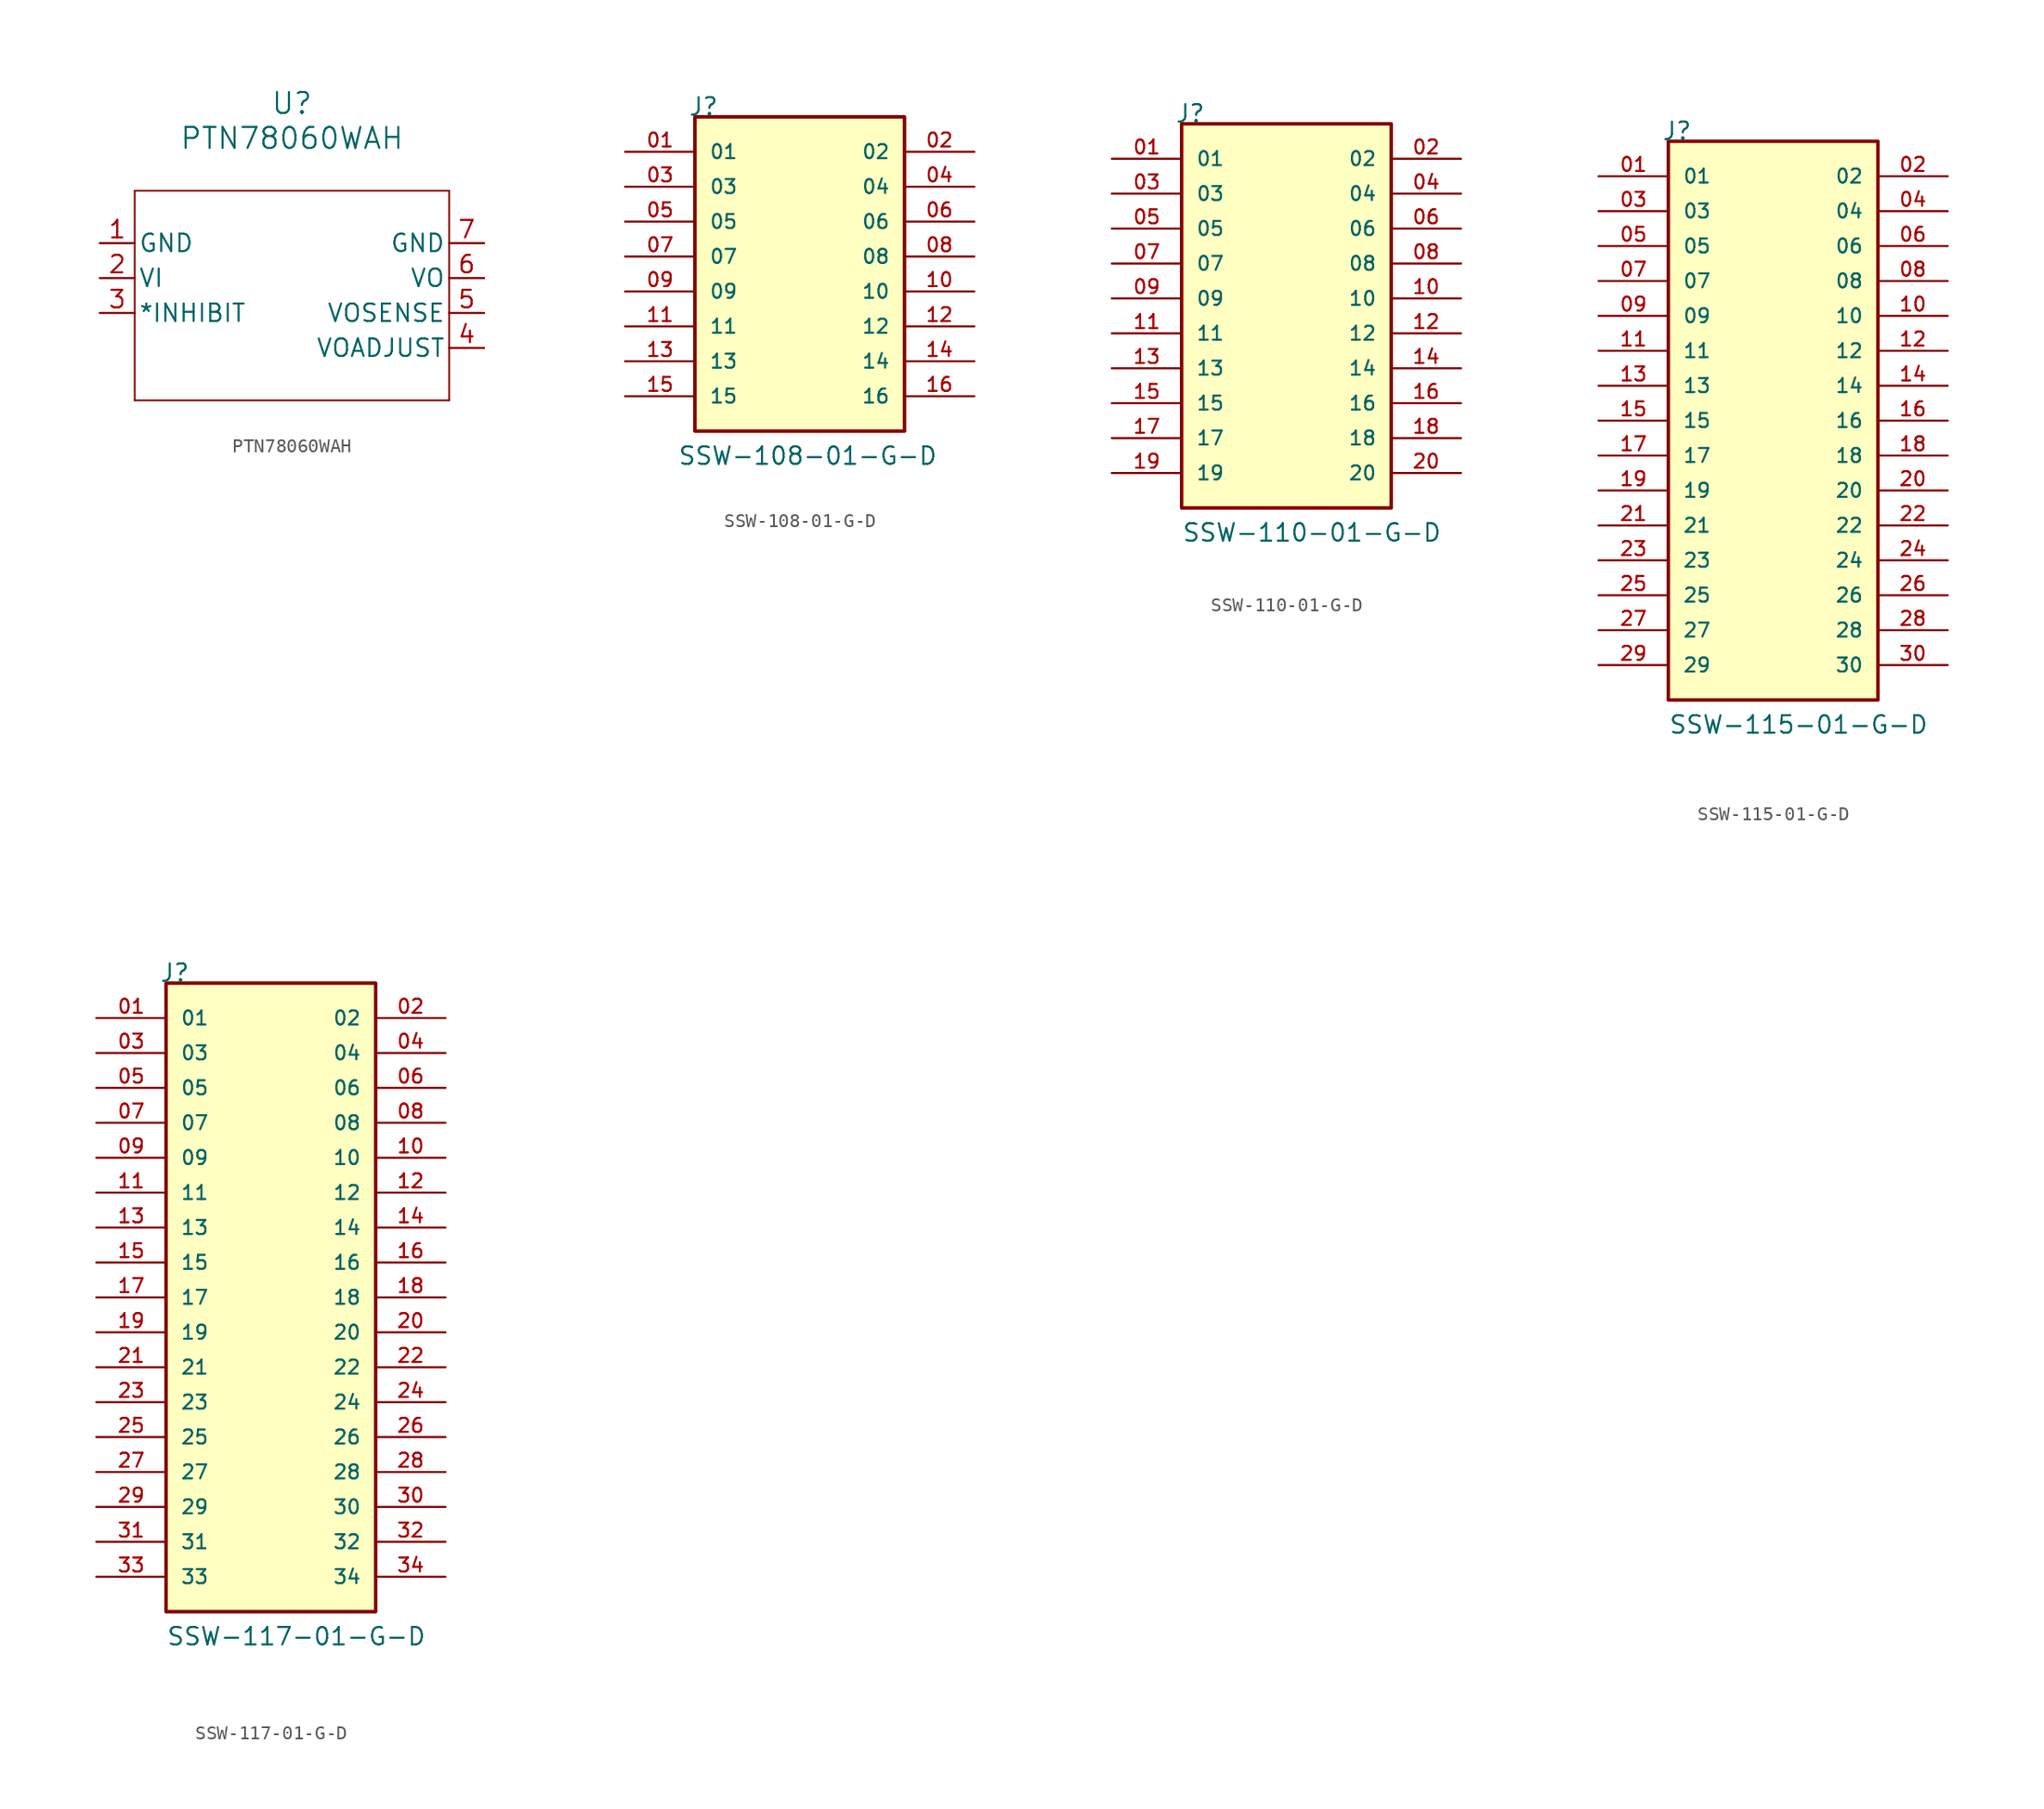
<source format=kicad_sym>
(kicad_symbol_lib
  (version 20211014)
  (generator kicad_symbol_editor)
  (symbol "PTN78060WAH"
    (pin_names
      (offset 0.254))
    (property "Reference" "U"
      (at 38.1 10.16 0)
      (effects (font (size 1.524 1.524))))
    (property "Value" "PTN78060WAH"
      (at 38.1 7.62 0)
      (effects (font (size 1.524 1.524))))
    (property "ki_locked" ""
      (at 0 0 0)
      (effects (font (size 1.27 1.27))))
    (symbol "PTN78060WAH_0_1"
      (polyline (pts (xy 26.67 -11.43) (xy 49.53 -11.43)) (stroke (width 0.127) (type default) (color 0 0 0 0)) (fill (type none)))
      (polyline (pts (xy 26.67 3.81) (xy 26.67 -11.43)) (stroke (width 0.127) (type default) (color 0 0 0 0)) (fill (type none)))
      (polyline (pts (xy 49.53 -11.43) (xy 49.53 3.81)) (stroke (width 0.127) (type default) (color 0 0 0 0)) (fill (type none)))
      (polyline (pts (xy 49.53 3.81) (xy 26.67 3.81)) (stroke (width 0.127) (type default) (color 0 0 0 0)) (fill (type none)))
      (pin power_in line (at 24.13 0 0) (length 2.54) (name "GND" (effects (font (size 1.27 1.27)))) (number "1" (effects (font (size 1.27 1.27)))))
      (pin power_in line (at 24.13 -2.54 0) (length 2.54) (name "VI" (effects (font (size 1.27 1.27)))) (number "2" (effects (font (size 1.27 1.27)))))
      (pin input line (at 24.13 -5.08 0) (length 2.54) (name "*INHIBIT" (effects (font (size 1.27 1.27)))) (number "3" (effects (font (size 1.27 1.27)))))
      (pin input line (at 52.07 -7.62 180) (length 2.54) (name "VOADJUST" (effects (font (size 1.27 1.27)))) (number "4" (effects (font (size 1.27 1.27)))))
      (pin input line (at 52.07 -5.08 180) (length 2.54) (name "VOSENSE" (effects (font (size 1.27 1.27)))) (number "5" (effects (font (size 1.27 1.27)))))
      (pin output line (at 52.07 -2.54 180) (length 2.54) (name "VO" (effects (font (size 1.27 1.27)))) (number "6" (effects (font (size 1.27 1.27)))))
      (pin power_in line (at 52.07 0 180) (length 2.54) (name "GND" (effects (font (size 1.27 1.27)))) (number "7" (effects (font (size 1.27 1.27)))))))
  (symbol "SSW-108-01-G-D"
    (pin_names
      (offset 1.016))
    (property "Reference" "J"
      (at -8.12 12.7 0)
      (effects (font (size 1.27 1.27)) (justify left bottom)))
    (property "Value" "SSW-108-01-G-D"
      (at -8.89 -12.7 0)
      (effects (font (size 1.27 1.27)) (justify left bottom)))
    (symbol "SSW-108-01-G-D_0_0"
      (rectangle (start -7.62 -10.16) (end 7.62 12.7) (stroke (width 0.254) (type default) (color 0 0 0 0)) (fill (type background)))
      (pin passive line (at -12.7 10.16 0) (length 5.08) (name "01" (effects (font (size 1.016 1.016)))) (number "01" (effects (font (size 1.016 1.016)))))
      (pin passive line (at 12.7 10.16 180) (length 5.08) (name "02" (effects (font (size 1.016 1.016)))) (number "02" (effects (font (size 1.016 1.016)))))
      (pin passive line (at -12.7 7.62 0) (length 5.08) (name "03" (effects (font (size 1.016 1.016)))) (number "03" (effects (font (size 1.016 1.016)))))
      (pin passive line (at 12.7 7.62 180) (length 5.08) (name "04" (effects (font (size 1.016 1.016)))) (number "04" (effects (font (size 1.016 1.016)))))
      (pin passive line (at -12.7 5.08 0) (length 5.08) (name "05" (effects (font (size 1.016 1.016)))) (number "05" (effects (font (size 1.016 1.016)))))
      (pin passive line (at 12.7 5.08 180) (length 5.08) (name "06" (effects (font (size 1.016 1.016)))) (number "06" (effects (font (size 1.016 1.016)))))
      (pin passive line (at -12.7 2.54 0) (length 5.08) (name "07" (effects (font (size 1.016 1.016)))) (number "07" (effects (font (size 1.016 1.016)))))
      (pin passive line (at 12.7 2.54 180) (length 5.08) (name "08" (effects (font (size 1.016 1.016)))) (number "08" (effects (font (size 1.016 1.016)))))
      (pin passive line (at -12.7 0 0) (length 5.08) (name "09" (effects (font (size 1.016 1.016)))) (number "09" (effects (font (size 1.016 1.016)))))
      (pin passive line (at 12.7 0 180) (length 5.08) (name "10" (effects (font (size 1.016 1.016)))) (number "10" (effects (font (size 1.016 1.016)))))
      (pin passive line (at -12.7 -2.54 0) (length 5.08) (name "11" (effects (font (size 1.016 1.016)))) (number "11" (effects (font (size 1.016 1.016)))))
      (pin passive line (at 12.7 -2.54 180) (length 5.08) (name "12" (effects (font (size 1.016 1.016)))) (number "12" (effects (font (size 1.016 1.016)))))
      (pin passive line (at -12.7 -5.08 0) (length 5.08) (name "13" (effects (font (size 1.016 1.016)))) (number "13" (effects (font (size 1.016 1.016)))))
      (pin passive line (at 12.7 -5.08 180) (length 5.08) (name "14" (effects (font (size 1.016 1.016)))) (number "14" (effects (font (size 1.016 1.016)))))
      (pin passive line (at -12.7 -7.62 0) (length 5.08) (name "15" (effects (font (size 1.016 1.016)))) (number "15" (effects (font (size 1.016 1.016)))))
      (pin passive line (at 12.7 -7.62 180) (length 5.08) (name "16" (effects (font (size 1.016 1.016)))) (number "16" (effects (font (size 1.016 1.016)))))))
  (symbol "SSW-110-01-G-D"
    (pin_names
      (offset 1.016))
    (property "Reference" "J"
      (at -8.12 15.24 0)
      (effects (font (size 1.27 1.27)) (justify left bottom)))
    (property "Value" "SSW-110-01-G-D"
      (at -7.62 -15.24 0)
      (effects (font (size 1.27 1.27)) (justify left bottom)))
    (symbol "SSW-110-01-G-D_0_0"
      (rectangle (start -7.62 -12.7) (end 7.62 15.24) (stroke (width 0.254) (type default) (color 0 0 0 0)) (fill (type background)))
      (pin passive line (at -12.7 12.7 0) (length 5.08) (name "01" (effects (font (size 1.016 1.016)))) (number "01" (effects (font (size 1.016 1.016)))))
      (pin passive line (at 12.7 12.7 180) (length 5.08) (name "02" (effects (font (size 1.016 1.016)))) (number "02" (effects (font (size 1.016 1.016)))))
      (pin passive line (at -12.7 10.16 0) (length 5.08) (name "03" (effects (font (size 1.016 1.016)))) (number "03" (effects (font (size 1.016 1.016)))))
      (pin passive line (at 12.7 10.16 180) (length 5.08) (name "04" (effects (font (size 1.016 1.016)))) (number "04" (effects (font (size 1.016 1.016)))))
      (pin passive line (at -12.7 7.62 0) (length 5.08) (name "05" (effects (font (size 1.016 1.016)))) (number "05" (effects (font (size 1.016 1.016)))))
      (pin passive line (at 12.7 7.62 180) (length 5.08) (name "06" (effects (font (size 1.016 1.016)))) (number "06" (effects (font (size 1.016 1.016)))))
      (pin passive line (at -12.7 5.08 0) (length 5.08) (name "07" (effects (font (size 1.016 1.016)))) (number "07" (effects (font (size 1.016 1.016)))))
      (pin passive line (at 12.7 5.08 180) (length 5.08) (name "08" (effects (font (size 1.016 1.016)))) (number "08" (effects (font (size 1.016 1.016)))))
      (pin passive line (at -12.7 2.54 0) (length 5.08) (name "09" (effects (font (size 1.016 1.016)))) (number "09" (effects (font (size 1.016 1.016)))))
      (pin passive line (at 12.7 2.54 180) (length 5.08) (name "10" (effects (font (size 1.016 1.016)))) (number "10" (effects (font (size 1.016 1.016)))))
      (pin passive line (at -12.7 0 0) (length 5.08) (name "11" (effects (font (size 1.016 1.016)))) (number "11" (effects (font (size 1.016 1.016)))))
      (pin passive line (at 12.7 0 180) (length 5.08) (name "12" (effects (font (size 1.016 1.016)))) (number "12" (effects (font (size 1.016 1.016)))))
      (pin passive line (at -12.7 -2.54 0) (length 5.08) (name "13" (effects (font (size 1.016 1.016)))) (number "13" (effects (font (size 1.016 1.016)))))
      (pin passive line (at 12.7 -2.54 180) (length 5.08) (name "14" (effects (font (size 1.016 1.016)))) (number "14" (effects (font (size 1.016 1.016)))))
      (pin passive line (at -12.7 -5.08 0) (length 5.08) (name "15" (effects (font (size 1.016 1.016)))) (number "15" (effects (font (size 1.016 1.016)))))
      (pin passive line (at 12.7 -5.08 180) (length 5.08) (name "16" (effects (font (size 1.016 1.016)))) (number "16" (effects (font (size 1.016 1.016)))))
      (pin passive line (at -12.7 -7.62 0) (length 5.08) (name "17" (effects (font (size 1.016 1.016)))) (number "17" (effects (font (size 1.016 1.016)))))
      (pin passive line (at 12.7 -7.62 180) (length 5.08) (name "18" (effects (font (size 1.016 1.016)))) (number "18" (effects (font (size 1.016 1.016)))))
      (pin passive line (at -12.7 -10.16 0) (length 5.08) (name "19" (effects (font (size 1.016 1.016)))) (number "19" (effects (font (size 1.016 1.016)))))
      (pin passive line (at 12.7 -10.16 180) (length 5.08) (name "20" (effects (font (size 1.016 1.016)))) (number "20" (effects (font (size 1.016 1.016)))))))
  (symbol "SSW-115-01-G-D"
    (pin_names
      (offset 1.016))
    (property "Reference" "J"
      (at -8.12 20.32 0)
      (effects (font (size 1.27 1.27)) (justify left bottom)))
    (property "Value" "SSW-115-01-G-D"
      (at -7.62 -22.86 0)
      (effects (font (size 1.27 1.27)) (justify left bottom)))
    (symbol "SSW-115-01-G-D_0_0"
      (rectangle (start -7.62 -20.32) (end 7.62 20.32) (stroke (width 0.254) (type default) (color 0 0 0 0)) (fill (type background)))
      (pin passive line (at -12.7 17.78 0) (length 5.08) (name "01" (effects (font (size 1.016 1.016)))) (number "01" (effects (font (size 1.016 1.016)))))
      (pin passive line (at 12.7 17.78 180) (length 5.08) (name "02" (effects (font (size 1.016 1.016)))) (number "02" (effects (font (size 1.016 1.016)))))
      (pin passive line (at -12.7 15.24 0) (length 5.08) (name "03" (effects (font (size 1.016 1.016)))) (number "03" (effects (font (size 1.016 1.016)))))
      (pin passive line (at 12.7 15.24 180) (length 5.08) (name "04" (effects (font (size 1.016 1.016)))) (number "04" (effects (font (size 1.016 1.016)))))
      (pin passive line (at -12.7 12.7 0) (length 5.08) (name "05" (effects (font (size 1.016 1.016)))) (number "05" (effects (font (size 1.016 1.016)))))
      (pin passive line (at 12.7 12.7 180) (length 5.08) (name "06" (effects (font (size 1.016 1.016)))) (number "06" (effects (font (size 1.016 1.016)))))
      (pin passive line (at -12.7 10.16 0) (length 5.08) (name "07" (effects (font (size 1.016 1.016)))) (number "07" (effects (font (size 1.016 1.016)))))
      (pin passive line (at 12.7 10.16 180) (length 5.08) (name "08" (effects (font (size 1.016 1.016)))) (number "08" (effects (font (size 1.016 1.016)))))
      (pin passive line (at -12.7 7.62 0) (length 5.08) (name "09" (effects (font (size 1.016 1.016)))) (number "09" (effects (font (size 1.016 1.016)))))
      (pin passive line (at 12.7 7.62 180) (length 5.08) (name "10" (effects (font (size 1.016 1.016)))) (number "10" (effects (font (size 1.016 1.016)))))
      (pin passive line (at -12.7 5.08 0) (length 5.08) (name "11" (effects (font (size 1.016 1.016)))) (number "11" (effects (font (size 1.016 1.016)))))
      (pin passive line (at 12.7 5.08 180) (length 5.08) (name "12" (effects (font (size 1.016 1.016)))) (number "12" (effects (font (size 1.016 1.016)))))
      (pin passive line (at -12.7 2.54 0) (length 5.08) (name "13" (effects (font (size 1.016 1.016)))) (number "13" (effects (font (size 1.016 1.016)))))
      (pin passive line (at 12.7 2.54 180) (length 5.08) (name "14" (effects (font (size 1.016 1.016)))) (number "14" (effects (font (size 1.016 1.016)))))
      (pin passive line (at -12.7 0 0) (length 5.08) (name "15" (effects (font (size 1.016 1.016)))) (number "15" (effects (font (size 1.016 1.016)))))
      (pin passive line (at 12.7 0 180) (length 5.08) (name "16" (effects (font (size 1.016 1.016)))) (number "16" (effects (font (size 1.016 1.016)))))
      (pin passive line (at -12.7 -2.54 0) (length 5.08) (name "17" (effects (font (size 1.016 1.016)))) (number "17" (effects (font (size 1.016 1.016)))))
      (pin passive line (at 12.7 -2.54 180) (length 5.08) (name "18" (effects (font (size 1.016 1.016)))) (number "18" (effects (font (size 1.016 1.016)))))
      (pin passive line (at -12.7 -5.08 0) (length 5.08) (name "19" (effects (font (size 1.016 1.016)))) (number "19" (effects (font (size 1.016 1.016)))))
      (pin passive line (at 12.7 -5.08 180) (length 5.08) (name "20" (effects (font (size 1.016 1.016)))) (number "20" (effects (font (size 1.016 1.016)))))
      (pin passive line (at -12.7 -7.62 0) (length 5.08) (name "21" (effects (font (size 1.016 1.016)))) (number "21" (effects (font (size 1.016 1.016)))))
      (pin passive line (at 12.7 -7.62 180) (length 5.08) (name "22" (effects (font (size 1.016 1.016)))) (number "22" (effects (font (size 1.016 1.016)))))
      (pin passive line (at -12.7 -10.16 0) (length 5.08) (name "23" (effects (font (size 1.016 1.016)))) (number "23" (effects (font (size 1.016 1.016)))))
      (pin passive line (at 12.7 -10.16 180) (length 5.08) (name "24" (effects (font (size 1.016 1.016)))) (number "24" (effects (font (size 1.016 1.016)))))
      (pin passive line (at -12.7 -12.7 0) (length 5.08) (name "25" (effects (font (size 1.016 1.016)))) (number "25" (effects (font (size 1.016 1.016)))))
      (pin passive line (at 12.7 -12.7 180) (length 5.08) (name "26" (effects (font (size 1.016 1.016)))) (number "26" (effects (font (size 1.016 1.016)))))
      (pin passive line (at -12.7 -15.24 0) (length 5.08) (name "27" (effects (font (size 1.016 1.016)))) (number "27" (effects (font (size 1.016 1.016)))))
      (pin passive line (at 12.7 -15.24 180) (length 5.08) (name "28" (effects (font (size 1.016 1.016)))) (number "28" (effects (font (size 1.016 1.016)))))
      (pin passive line (at -12.7 -17.78 0) (length 5.08) (name "29" (effects (font (size 1.016 1.016)))) (number "29" (effects (font (size 1.016 1.016)))))
      (pin passive line (at 12.7 -17.78 180) (length 5.08) (name "30" (effects (font (size 1.016 1.016)))) (number "30" (effects (font (size 1.016 1.016)))))))
  (symbol "SSW-117-01-G-D"
    (pin_names
      (offset 1.016))
    (property "Reference" "J"
      (at -8.12 22.86 0)
      (effects (font (size 1.27 1.27)) (justify left bottom)))
    (property "Value" "SSW-117-01-G-D"
      (at -7.62 -25.4 0)
      (effects (font (size 1.27 1.27)) (justify left bottom)))
    (symbol "SSW-117-01-G-D_0_0"
      (rectangle (start -7.62 -22.86) (end 7.62 22.86) (stroke (width 0.254) (type default) (color 0 0 0 0)) (fill (type background)))
      (pin passive line (at -12.7 20.32 0) (length 5.08) (name "01" (effects (font (size 1.016 1.016)))) (number "01" (effects (font (size 1.016 1.016)))))
      (pin passive line (at 12.7 20.32 180) (length 5.08) (name "02" (effects (font (size 1.016 1.016)))) (number "02" (effects (font (size 1.016 1.016)))))
      (pin passive line (at -12.7 17.78 0) (length 5.08) (name "03" (effects (font (size 1.016 1.016)))) (number "03" (effects (font (size 1.016 1.016)))))
      (pin passive line (at 12.7 17.78 180) (length 5.08) (name "04" (effects (font (size 1.016 1.016)))) (number "04" (effects (font (size 1.016 1.016)))))
      (pin passive line (at -12.7 15.24 0) (length 5.08) (name "05" (effects (font (size 1.016 1.016)))) (number "05" (effects (font (size 1.016 1.016)))))
      (pin passive line (at 12.7 15.24 180) (length 5.08) (name "06" (effects (font (size 1.016 1.016)))) (number "06" (effects (font (size 1.016 1.016)))))
      (pin passive line (at -12.7 12.7 0) (length 5.08) (name "07" (effects (font (size 1.016 1.016)))) (number "07" (effects (font (size 1.016 1.016)))))
      (pin passive line (at 12.7 12.7 180) (length 5.08) (name "08" (effects (font (size 1.016 1.016)))) (number "08" (effects (font (size 1.016 1.016)))))
      (pin passive line (at -12.7 10.16 0) (length 5.08) (name "09" (effects (font (size 1.016 1.016)))) (number "09" (effects (font (size 1.016 1.016)))))
      (pin passive line (at 12.7 10.16 180) (length 5.08) (name "10" (effects (font (size 1.016 1.016)))) (number "10" (effects (font (size 1.016 1.016)))))
      (pin passive line (at -12.7 7.62 0) (length 5.08) (name "11" (effects (font (size 1.016 1.016)))) (number "11" (effects (font (size 1.016 1.016)))))
      (pin passive line (at 12.7 7.62 180) (length 5.08) (name "12" (effects (font (size 1.016 1.016)))) (number "12" (effects (font (size 1.016 1.016)))))
      (pin passive line (at -12.7 5.08 0) (length 5.08) (name "13" (effects (font (size 1.016 1.016)))) (number "13" (effects (font (size 1.016 1.016)))))
      (pin passive line (at 12.7 5.08 180) (length 5.08) (name "14" (effects (font (size 1.016 1.016)))) (number "14" (effects (font (size 1.016 1.016)))))
      (pin passive line (at -12.7 2.54 0) (length 5.08) (name "15" (effects (font (size 1.016 1.016)))) (number "15" (effects (font (size 1.016 1.016)))))
      (pin passive line (at 12.7 2.54 180) (length 5.08) (name "16" (effects (font (size 1.016 1.016)))) (number "16" (effects (font (size 1.016 1.016)))))
      (pin passive line (at -12.7 0 0) (length 5.08) (name "17" (effects (font (size 1.016 1.016)))) (number "17" (effects (font (size 1.016 1.016)))))
      (pin passive line (at 12.7 0 180) (length 5.08) (name "18" (effects (font (size 1.016 1.016)))) (number "18" (effects (font (size 1.016 1.016)))))
      (pin passive line (at -12.7 -2.54 0) (length 5.08) (name "19" (effects (font (size 1.016 1.016)))) (number "19" (effects (font (size 1.016 1.016)))))
      (pin passive line (at 12.7 -2.54 180) (length 5.08) (name "20" (effects (font (size 1.016 1.016)))) (number "20" (effects (font (size 1.016 1.016)))))
      (pin passive line (at -12.7 -5.08 0) (length 5.08) (name "21" (effects (font (size 1.016 1.016)))) (number "21" (effects (font (size 1.016 1.016)))))
      (pin passive line (at 12.7 -5.08 180) (length 5.08) (name "22" (effects (font (size 1.016 1.016)))) (number "22" (effects (font (size 1.016 1.016)))))
      (pin passive line (at -12.7 -7.62 0) (length 5.08) (name "23" (effects (font (size 1.016 1.016)))) (number "23" (effects (font (size 1.016 1.016)))))
      (pin passive line (at 12.7 -7.62 180) (length 5.08) (name "24" (effects (font (size 1.016 1.016)))) (number "24" (effects (font (size 1.016 1.016)))))
      (pin passive line (at -12.7 -10.16 0) (length 5.08) (name "25" (effects (font (size 1.016 1.016)))) (number "25" (effects (font (size 1.016 1.016)))))
      (pin passive line (at 12.7 -10.16 180) (length 5.08) (name "26" (effects (font (size 1.016 1.016)))) (number "26" (effects (font (size 1.016 1.016)))))
      (pin passive line (at -12.7 -12.7 0) (length 5.08) (name "27" (effects (font (size 1.016 1.016)))) (number "27" (effects (font (size 1.016 1.016)))))
      (pin passive line (at 12.7 -12.7 180) (length 5.08) (name "28" (effects (font (size 1.016 1.016)))) (number "28" (effects (font (size 1.016 1.016)))))
      (pin passive line (at -12.7 -15.24 0) (length 5.08) (name "29" (effects (font (size 1.016 1.016)))) (number "29" (effects (font (size 1.016 1.016)))))
      (pin passive line (at 12.7 -15.24 180) (length 5.08) (name "30" (effects (font (size 1.016 1.016)))) (number "30" (effects (font (size 1.016 1.016)))))
      (pin passive line (at -12.7 -17.78 0) (length 5.08) (name "31" (effects (font (size 1.016 1.016)))) (number "31" (effects (font (size 1.016 1.016)))))
      (pin passive line (at 12.7 -17.78 180) (length 5.08) (name "32" (effects (font (size 1.016 1.016)))) (number "32" (effects (font (size 1.016 1.016)))))
      (pin passive line (at -12.7 -20.32 0) (length 5.08) (name "33" (effects (font (size 1.016 1.016)))) (number "33" (effects (font (size 1.016 1.016)))))
      (pin passive line (at 12.7 -20.32 180) (length 5.08) (name "34" (effects (font (size 1.016 1.016)))) (number "34" (effects (font (size 1.016 1.016))))))))
</source>
